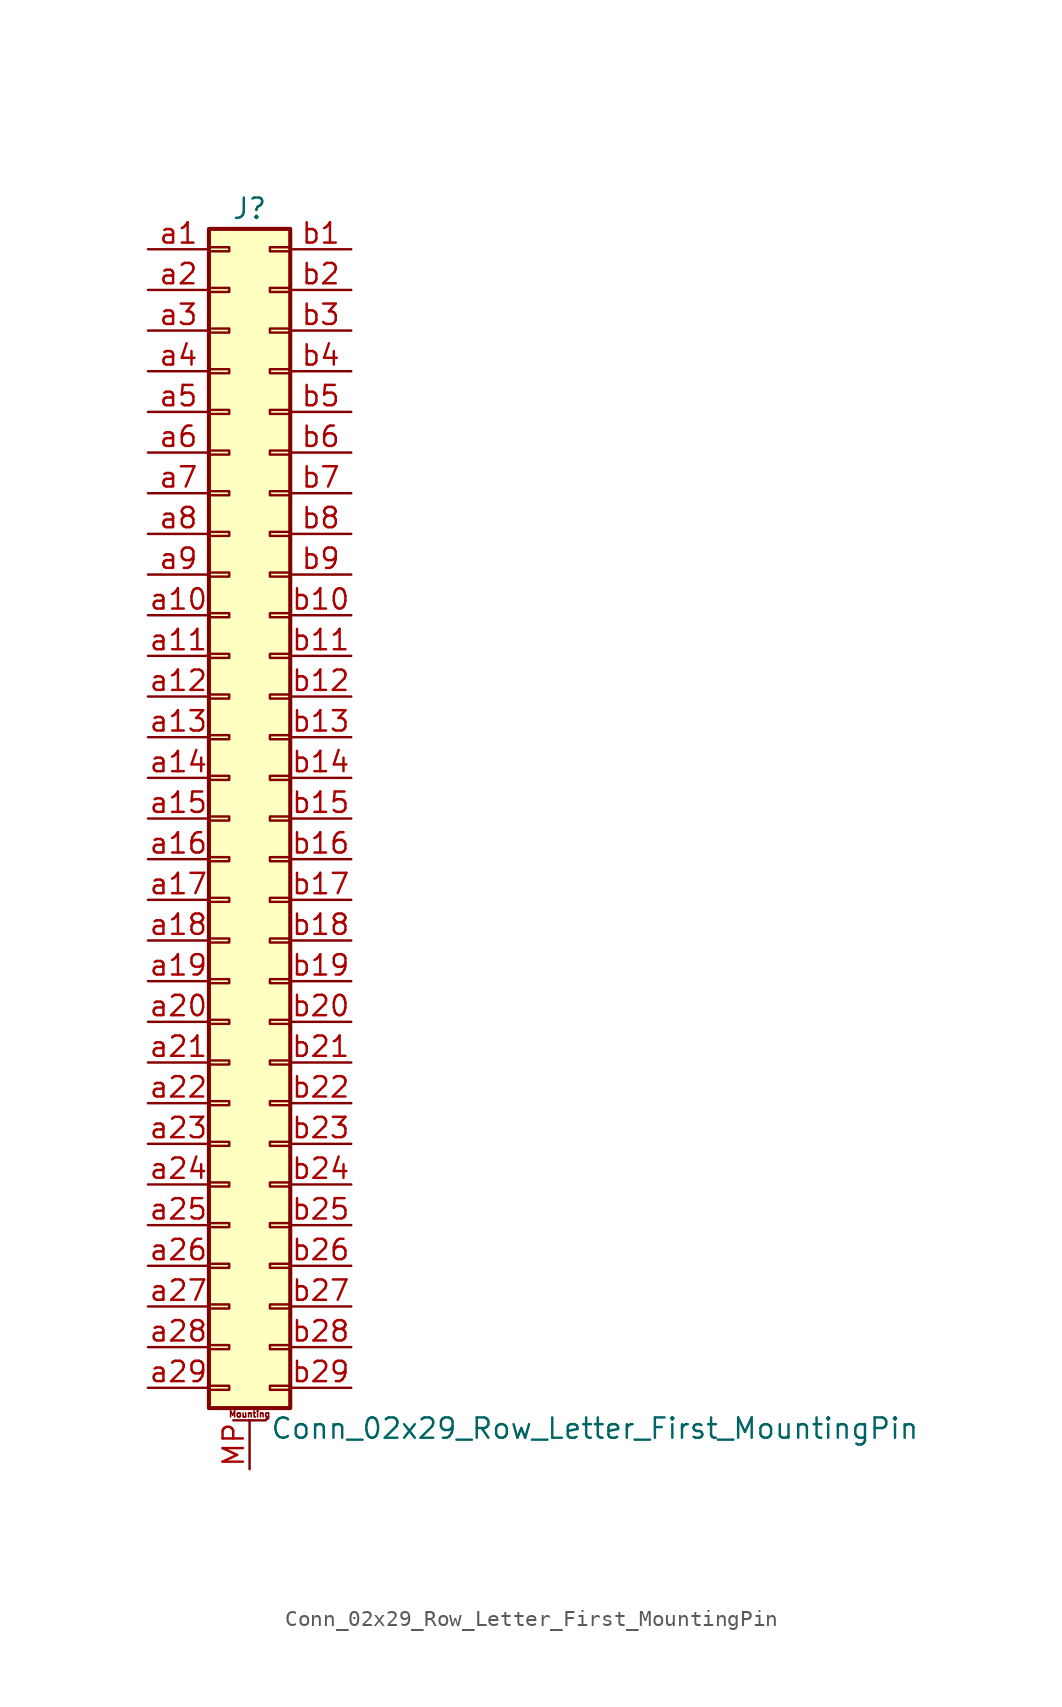
<source format=kicad_sym>
(kicad_symbol_lib
  (version 20201005)
  (generator kicad_symbol_editor)
  (symbol "Conn_02x29_Row_Letter_First_MountingPin"
    (pin_names
      (offset 1.016) hide)
    (property "Reference" "J"
      (at 1.27 38.1 0)
      (effects (font (size 1.27 1.27))))
    (property "Value" "Conn_02x29_Row_Letter_First_MountingPin"
      (at 2.54 -38.1 0)
      (effects (font (size 1.27 1.27)) (justify left)))
    (symbol "Conn_02x29_Row_Letter_First_MountingPin_1_1"
      (text "Mounting" (at 1.27 -37.211 0) (effects (font (size 0.381 0.381))))
      (rectangle (start -1.27 -35.433) (end 0 -35.687) (stroke (width 0.152)) (fill (type none)))
      (rectangle (start -1.27 -32.893) (end 0 -33.147) (stroke (width 0.152)) (fill (type none)))
      (rectangle (start -1.27 -30.353) (end 0 -30.607) (stroke (width 0.152)) (fill (type none)))
      (rectangle (start -1.27 -27.813) (end 0 -28.067) (stroke (width 0.152)) (fill (type none)))
      (rectangle (start -1.27 -25.273) (end 0 -25.527) (stroke (width 0.152)) (fill (type none)))
      (rectangle (start -1.27 -22.733) (end 0 -22.987) (stroke (width 0.152)) (fill (type none)))
      (rectangle (start -1.27 -20.193) (end 0 -20.447) (stroke (width 0.152)) (fill (type none)))
      (rectangle (start -1.27 -17.653) (end 0 -17.907) (stroke (width 0.152)) (fill (type none)))
      (rectangle (start -1.27 -15.113) (end 0 -15.367) (stroke (width 0.152)) (fill (type none)))
      (rectangle (start -1.27 -12.573) (end 0 -12.827) (stroke (width 0.152)) (fill (type none)))
      (rectangle (start -1.27 -10.033) (end 0 -10.287) (stroke (width 0.152)) (fill (type none)))
      (rectangle (start -1.27 -7.493) (end 0 -7.747) (stroke (width 0.152)) (fill (type none)))
      (rectangle (start -1.27 -4.953) (end 0 -5.207) (stroke (width 0.152)) (fill (type none)))
      (rectangle (start -1.27 -2.413) (end 0 -2.667) (stroke (width 0.152)) (fill (type none)))
      (rectangle (start -1.27 0.127) (end 0 -0.127) (stroke (width 0.152)) (fill (type none)))
      (rectangle (start -1.27 2.667) (end 0 2.413) (stroke (width 0.152)) (fill (type none)))
      (rectangle (start -1.27 5.207) (end 0 4.953) (stroke (width 0.152)) (fill (type none)))
      (rectangle (start -1.27 7.747) (end 0 7.493) (stroke (width 0.152)) (fill (type none)))
      (rectangle (start -1.27 10.287) (end 0 10.033) (stroke (width 0.152)) (fill (type none)))
      (rectangle (start -1.27 12.827) (end 0 12.573) (stroke (width 0.152)) (fill (type none)))
      (rectangle (start -1.27 15.367) (end 0 15.113) (stroke (width 0.152)) (fill (type none)))
      (rectangle (start -1.27 17.907) (end 0 17.653) (stroke (width 0.152)) (fill (type none)))
      (rectangle (start -1.27 20.447) (end 0 20.193) (stroke (width 0.152)) (fill (type none)))
      (rectangle (start -1.27 22.987) (end 0 22.733) (stroke (width 0.152)) (fill (type none)))
      (rectangle (start -1.27 25.527) (end 0 25.273) (stroke (width 0.152)) (fill (type none)))
      (rectangle (start -1.27 28.067) (end 0 27.813) (stroke (width 0.152)) (fill (type none)))
      (rectangle (start -1.27 30.607) (end 0 30.353) (stroke (width 0.152)) (fill (type none)))
      (rectangle (start -1.27 33.147) (end 0 32.893) (stroke (width 0.152)) (fill (type none)))
      (rectangle (start -1.27 35.687) (end 0 35.433) (stroke (width 0.152)) (fill (type none)))
      (rectangle (start 3.81 -35.433) (end 2.54 -35.687) (stroke (width 0.152)) (fill (type none)))
      (rectangle (start 3.81 -32.893) (end 2.54 -33.147) (stroke (width 0.152)) (fill (type none)))
      (rectangle (start 3.81 -30.353) (end 2.54 -30.607) (stroke (width 0.152)) (fill (type none)))
      (rectangle (start 3.81 -27.813) (end 2.54 -28.067) (stroke (width 0.152)) (fill (type none)))
      (rectangle (start 3.81 -25.273) (end 2.54 -25.527) (stroke (width 0.152)) (fill (type none)))
      (rectangle (start 3.81 -22.733) (end 2.54 -22.987) (stroke (width 0.152)) (fill (type none)))
      (rectangle (start 3.81 -20.193) (end 2.54 -20.447) (stroke (width 0.152)) (fill (type none)))
      (rectangle (start 3.81 -17.653) (end 2.54 -17.907) (stroke (width 0.152)) (fill (type none)))
      (rectangle (start 3.81 -15.113) (end 2.54 -15.367) (stroke (width 0.152)) (fill (type none)))
      (rectangle (start 3.81 -12.573) (end 2.54 -12.827) (stroke (width 0.152)) (fill (type none)))
      (rectangle (start 3.81 -10.033) (end 2.54 -10.287) (stroke (width 0.152)) (fill (type none)))
      (rectangle (start 3.81 -7.493) (end 2.54 -7.747) (stroke (width 0.152)) (fill (type none)))
      (rectangle (start 3.81 -4.953) (end 2.54 -5.207) (stroke (width 0.152)) (fill (type none)))
      (rectangle (start 3.81 -2.413) (end 2.54 -2.667) (stroke (width 0.152)) (fill (type none)))
      (rectangle (start 3.81 0.127) (end 2.54 -0.127) (stroke (width 0.152)) (fill (type none)))
      (rectangle (start 3.81 2.667) (end 2.54 2.413) (stroke (width 0.152)) (fill (type none)))
      (rectangle (start 3.81 5.207) (end 2.54 4.953) (stroke (width 0.152)) (fill (type none)))
      (rectangle (start 3.81 7.747) (end 2.54 7.493) (stroke (width 0.152)) (fill (type none)))
      (rectangle (start 3.81 10.287) (end 2.54 10.033) (stroke (width 0.152)) (fill (type none)))
      (rectangle (start 3.81 12.827) (end 2.54 12.573) (stroke (width 0.152)) (fill (type none)))
      (rectangle (start 3.81 15.367) (end 2.54 15.113) (stroke (width 0.152)) (fill (type none)))
      (rectangle (start 3.81 17.907) (end 2.54 17.653) (stroke (width 0.152)) (fill (type none)))
      (rectangle (start 3.81 20.447) (end 2.54 20.193) (stroke (width 0.152)) (fill (type none)))
      (rectangle (start 3.81 22.987) (end 2.54 22.733) (stroke (width 0.152)) (fill (type none)))
      (rectangle (start 3.81 25.527) (end 2.54 25.273) (stroke (width 0.152)) (fill (type none)))
      (rectangle (start 3.81 28.067) (end 2.54 27.813) (stroke (width 0.152)) (fill (type none)))
      (rectangle (start 3.81 30.607) (end 2.54 30.353) (stroke (width 0.152)) (fill (type none)))
      (rectangle (start 3.81 33.147) (end 2.54 32.893) (stroke (width 0.152)) (fill (type none)))
      (rectangle (start 3.81 35.687) (end 2.54 35.433) (stroke (width 0.152)) (fill (type none)))
      (rectangle (start -1.27 36.83) (end 3.81 -36.83) (stroke (width 0.254)) (fill (type background)))
      (polyline (pts (xy 0.254 -37.592) (xy 2.286 -37.592)) (stroke (width 0.152)) (fill (type none)))
      (pin passive line (at 1.27 -40.64 90) (length 3.048) (name "MountPin" (effects (font (size 1.27 1.27)))) (number "MP" (effects (font (size 1.27 1.27)))))
      (pin passive line (at -5.08 35.56 0) (length 3.81) (name "Pin_a1" (effects (font (size 1.27 1.27)))) (number "a1" (effects (font (size 1.27 1.27)))))
      (pin passive line (at -5.08 12.7 0) (length 3.81) (name "Pin_a10" (effects (font (size 1.27 1.27)))) (number "a10" (effects (font (size 1.27 1.27)))))
      (pin passive line (at -5.08 10.16 0) (length 3.81) (name "Pin_a11" (effects (font (size 1.27 1.27)))) (number "a11" (effects (font (size 1.27 1.27)))))
      (pin passive line (at -5.08 7.62 0) (length 3.81) (name "Pin_a12" (effects (font (size 1.27 1.27)))) (number "a12" (effects (font (size 1.27 1.27)))))
      (pin passive line (at -5.08 5.08 0) (length 3.81) (name "Pin_a13" (effects (font (size 1.27 1.27)))) (number "a13" (effects (font (size 1.27 1.27)))))
      (pin passive line (at -5.08 2.54 0) (length 3.81) (name "Pin_a14" (effects (font (size 1.27 1.27)))) (number "a14" (effects (font (size 1.27 1.27)))))
      (pin passive line (at -5.08 0 0) (length 3.81) (name "Pin_a15" (effects (font (size 1.27 1.27)))) (number "a15" (effects (font (size 1.27 1.27)))))
      (pin passive line (at -5.08 -2.54 0) (length 3.81) (name "Pin_a16" (effects (font (size 1.27 1.27)))) (number "a16" (effects (font (size 1.27 1.27)))))
      (pin passive line (at -5.08 -5.08 0) (length 3.81) (name "Pin_a17" (effects (font (size 1.27 1.27)))) (number "a17" (effects (font (size 1.27 1.27)))))
      (pin passive line (at -5.08 -7.62 0) (length 3.81) (name "Pin_a18" (effects (font (size 1.27 1.27)))) (number "a18" (effects (font (size 1.27 1.27)))))
      (pin passive line (at -5.08 -10.16 0) (length 3.81) (name "Pin_a19" (effects (font (size 1.27 1.27)))) (number "a19" (effects (font (size 1.27 1.27)))))
      (pin passive line (at -5.08 33.02 0) (length 3.81) (name "Pin_a2" (effects (font (size 1.27 1.27)))) (number "a2" (effects (font (size 1.27 1.27)))))
      (pin passive line (at -5.08 -12.7 0) (length 3.81) (name "Pin_a20" (effects (font (size 1.27 1.27)))) (number "a20" (effects (font (size 1.27 1.27)))))
      (pin passive line (at -5.08 -15.24 0) (length 3.81) (name "Pin_a21" (effects (font (size 1.27 1.27)))) (number "a21" (effects (font (size 1.27 1.27)))))
      (pin passive line (at -5.08 -17.78 0) (length 3.81) (name "Pin_a22" (effects (font (size 1.27 1.27)))) (number "a22" (effects (font (size 1.27 1.27)))))
      (pin passive line (at -5.08 -20.32 0) (length 3.81) (name "Pin_a23" (effects (font (size 1.27 1.27)))) (number "a23" (effects (font (size 1.27 1.27)))))
      (pin passive line (at -5.08 -22.86 0) (length 3.81) (name "Pin_a24" (effects (font (size 1.27 1.27)))) (number "a24" (effects (font (size 1.27 1.27)))))
      (pin passive line (at -5.08 -25.4 0) (length 3.81) (name "Pin_a25" (effects (font (size 1.27 1.27)))) (number "a25" (effects (font (size 1.27 1.27)))))
      (pin passive line (at -5.08 -27.94 0) (length 3.81) (name "Pin_a26" (effects (font (size 1.27 1.27)))) (number "a26" (effects (font (size 1.27 1.27)))))
      (pin passive line (at -5.08 -30.48 0) (length 3.81) (name "Pin_a27" (effects (font (size 1.27 1.27)))) (number "a27" (effects (font (size 1.27 1.27)))))
      (pin passive line (at -5.08 -33.02 0) (length 3.81) (name "Pin_a28" (effects (font (size 1.27 1.27)))) (number "a28" (effects (font (size 1.27 1.27)))))
      (pin passive line (at -5.08 -35.56 0) (length 3.81) (name "Pin_a29" (effects (font (size 1.27 1.27)))) (number "a29" (effects (font (size 1.27 1.27)))))
      (pin passive line (at -5.08 30.48 0) (length 3.81) (name "Pin_a3" (effects (font (size 1.27 1.27)))) (number "a3" (effects (font (size 1.27 1.27)))))
      (pin passive line (at -5.08 27.94 0) (length 3.81) (name "Pin_a4" (effects (font (size 1.27 1.27)))) (number "a4" (effects (font (size 1.27 1.27)))))
      (pin passive line (at -5.08 25.4 0) (length 3.81) (name "Pin_a5" (effects (font (size 1.27 1.27)))) (number "a5" (effects (font (size 1.27 1.27)))))
      (pin passive line (at -5.08 22.86 0) (length 3.81) (name "Pin_a6" (effects (font (size 1.27 1.27)))) (number "a6" (effects (font (size 1.27 1.27)))))
      (pin passive line (at -5.08 20.32 0) (length 3.81) (name "Pin_a7" (effects (font (size 1.27 1.27)))) (number "a7" (effects (font (size 1.27 1.27)))))
      (pin passive line (at -5.08 17.78 0) (length 3.81) (name "Pin_a8" (effects (font (size 1.27 1.27)))) (number "a8" (effects (font (size 1.27 1.27)))))
      (pin passive line (at -5.08 15.24 0) (length 3.81) (name "Pin_a9" (effects (font (size 1.27 1.27)))) (number "a9" (effects (font (size 1.27 1.27)))))
      (pin passive line (at 7.62 35.56 180) (length 3.81) (name "Pin_b1" (effects (font (size 1.27 1.27)))) (number "b1" (effects (font (size 1.27 1.27)))))
      (pin passive line (at 7.62 12.7 180) (length 3.81) (name "Pin_b10" (effects (font (size 1.27 1.27)))) (number "b10" (effects (font (size 1.27 1.27)))))
      (pin passive line (at 7.62 10.16 180) (length 3.81) (name "Pin_b11" (effects (font (size 1.27 1.27)))) (number "b11" (effects (font (size 1.27 1.27)))))
      (pin passive line (at 7.62 7.62 180) (length 3.81) (name "Pin_b12" (effects (font (size 1.27 1.27)))) (number "b12" (effects (font (size 1.27 1.27)))))
      (pin passive line (at 7.62 5.08 180) (length 3.81) (name "Pin_b13" (effects (font (size 1.27 1.27)))) (number "b13" (effects (font (size 1.27 1.27)))))
      (pin passive line (at 7.62 2.54 180) (length 3.81) (name "Pin_b14" (effects (font (size 1.27 1.27)))) (number "b14" (effects (font (size 1.27 1.27)))))
      (pin passive line (at 7.62 0 180) (length 3.81) (name "Pin_b15" (effects (font (size 1.27 1.27)))) (number "b15" (effects (font (size 1.27 1.27)))))
      (pin passive line (at 7.62 -2.54 180) (length 3.81) (name "Pin_b16" (effects (font (size 1.27 1.27)))) (number "b16" (effects (font (size 1.27 1.27)))))
      (pin passive line (at 7.62 -5.08 180) (length 3.81) (name "Pin_b17" (effects (font (size 1.27 1.27)))) (number "b17" (effects (font (size 1.27 1.27)))))
      (pin passive line (at 7.62 -7.62 180) (length 3.81) (name "Pin_b18" (effects (font (size 1.27 1.27)))) (number "b18" (effects (font (size 1.27 1.27)))))
      (pin passive line (at 7.62 -10.16 180) (length 3.81) (name "Pin_b19" (effects (font (size 1.27 1.27)))) (number "b19" (effects (font (size 1.27 1.27)))))
      (pin passive line (at 7.62 33.02 180) (length 3.81) (name "Pin_b2" (effects (font (size 1.27 1.27)))) (number "b2" (effects (font (size 1.27 1.27)))))
      (pin passive line (at 7.62 -12.7 180) (length 3.81) (name "Pin_b20" (effects (font (size 1.27 1.27)))) (number "b20" (effects (font (size 1.27 1.27)))))
      (pin passive line (at 7.62 -15.24 180) (length 3.81) (name "Pin_b21" (effects (font (size 1.27 1.27)))) (number "b21" (effects (font (size 1.27 1.27)))))
      (pin passive line (at 7.62 -17.78 180) (length 3.81) (name "Pin_b22" (effects (font (size 1.27 1.27)))) (number "b22" (effects (font (size 1.27 1.27)))))
      (pin passive line (at 7.62 -20.32 180) (length 3.81) (name "Pin_b23" (effects (font (size 1.27 1.27)))) (number "b23" (effects (font (size 1.27 1.27)))))
      (pin passive line (at 7.62 -22.86 180) (length 3.81) (name "Pin_b24" (effects (font (size 1.27 1.27)))) (number "b24" (effects (font (size 1.27 1.27)))))
      (pin passive line (at 7.62 -25.4 180) (length 3.81) (name "Pin_b25" (effects (font (size 1.27 1.27)))) (number "b25" (effects (font (size 1.27 1.27)))))
      (pin passive line (at 7.62 -27.94 180) (length 3.81) (name "Pin_b26" (effects (font (size 1.27 1.27)))) (number "b26" (effects (font (size 1.27 1.27)))))
      (pin passive line (at 7.62 -30.48 180) (length 3.81) (name "Pin_b27" (effects (font (size 1.27 1.27)))) (number "b27" (effects (font (size 1.27 1.27)))))
      (pin passive line (at 7.62 -33.02 180) (length 3.81) (name "Pin_b28" (effects (font (size 1.27 1.27)))) (number "b28" (effects (font (size 1.27 1.27)))))
      (pin passive line (at 7.62 -35.56 180) (length 3.81) (name "Pin_b29" (effects (font (size 1.27 1.27)))) (number "b29" (effects (font (size 1.27 1.27)))))
      (pin passive line (at 7.62 30.48 180) (length 3.81) (name "Pin_b3" (effects (font (size 1.27 1.27)))) (number "b3" (effects (font (size 1.27 1.27)))))
      (pin passive line (at 7.62 27.94 180) (length 3.81) (name "Pin_b4" (effects (font (size 1.27 1.27)))) (number "b4" (effects (font (size 1.27 1.27)))))
      (pin passive line (at 7.62 25.4 180) (length 3.81) (name "Pin_b5" (effects (font (size 1.27 1.27)))) (number "b5" (effects (font (size 1.27 1.27)))))
      (pin passive line (at 7.62 22.86 180) (length 3.81) (name "Pin_b6" (effects (font (size 1.27 1.27)))) (number "b6" (effects (font (size 1.27 1.27)))))
      (pin passive line (at 7.62 20.32 180) (length 3.81) (name "Pin_b7" (effects (font (size 1.27 1.27)))) (number "b7" (effects (font (size 1.27 1.27)))))
      (pin passive line (at 7.62 17.78 180) (length 3.81) (name "Pin_b8" (effects (font (size 1.27 1.27)))) (number "b8" (effects (font (size 1.27 1.27)))))
      (pin passive line (at 7.62 15.24 180) (length 3.81) (name "Pin_b9" (effects (font (size 1.27 1.27)))) (number "b9" (effects (font (size 1.27 1.27))))))))
</source>
